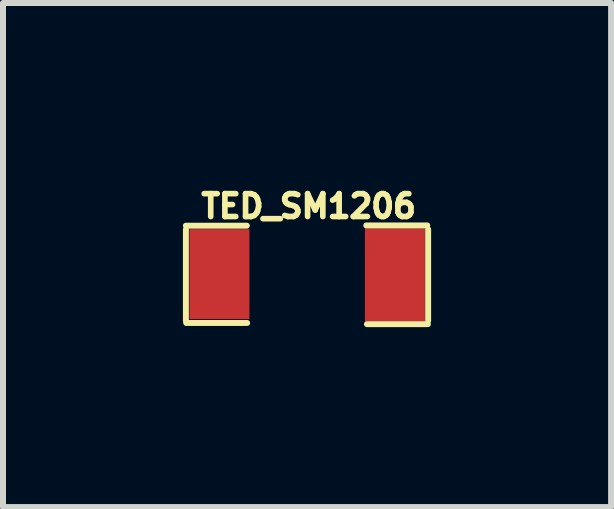
<source format=kicad_pcb>
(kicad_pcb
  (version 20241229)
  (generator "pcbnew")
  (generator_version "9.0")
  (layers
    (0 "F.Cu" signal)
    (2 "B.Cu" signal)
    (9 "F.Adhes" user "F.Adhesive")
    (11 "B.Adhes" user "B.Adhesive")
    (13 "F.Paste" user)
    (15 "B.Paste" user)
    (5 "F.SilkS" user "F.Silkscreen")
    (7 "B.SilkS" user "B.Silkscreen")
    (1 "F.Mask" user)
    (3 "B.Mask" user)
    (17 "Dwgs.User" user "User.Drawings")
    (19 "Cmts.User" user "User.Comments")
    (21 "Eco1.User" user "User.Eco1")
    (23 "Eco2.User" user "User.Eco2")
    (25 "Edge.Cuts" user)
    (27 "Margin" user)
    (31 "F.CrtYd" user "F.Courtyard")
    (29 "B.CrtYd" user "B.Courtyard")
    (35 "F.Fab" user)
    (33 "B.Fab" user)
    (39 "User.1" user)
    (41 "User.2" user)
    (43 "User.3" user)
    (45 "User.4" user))
  (footprint "TED_SM1206"
    (layer "F.Cu")
    (at 2.071 1.536)
    (property "Reference" "TED_SM1206" (at 0.025 -1.148 0) (layer "F.SilkS") (effects (font (size 0.381 0.381) (thickness 0.094))))
    (attr smd)
    (fp_line (start -2.022 -0.823) (end -1.006 -0.823) (stroke (width 0.099) (type solid)) (layer "F.SilkS"))
    (fp_line (start -2.022 0.762) (end -2.022 -0.762) (stroke (width 0.099) (type solid)) (layer "F.SilkS"))
    (fp_line (start -1.001 0.798) (end -2.017 0.798) (stroke (width 0.099) (type solid)) (layer "F.SilkS"))
    (fp_line (start 0.986 -0.828) (end 2.002 -0.828) (stroke (width 0.099) (type solid)) (layer "F.SilkS"))
    (fp_line (start 2.012 0.818) (end 0.996 0.818) (stroke (width 0.099) (type solid)) (layer "F.SilkS"))
    (fp_line (start 2.017 -0.762) (end 2.017 0.762) (stroke (width 0.099) (type solid)) (layer "F.SilkS"))
    (pad "1" smd rect (at -1.463 -0.015) (size 1.001 1.501) (layers "F.Cu" "F.Mask" "F.Paste"))
    (pad "2" smd rect (at 1.463 -0.005) (size 1.001 1.549) (layers "F.Cu" "F.Mask" "F.Paste")))
  (gr_rect
    (start -3 -3)
    (end 7.138 5.403)
    (stroke (width 0.1) (type default))
    (fill no)
    (layer "Edge.Cuts")))
</source>
